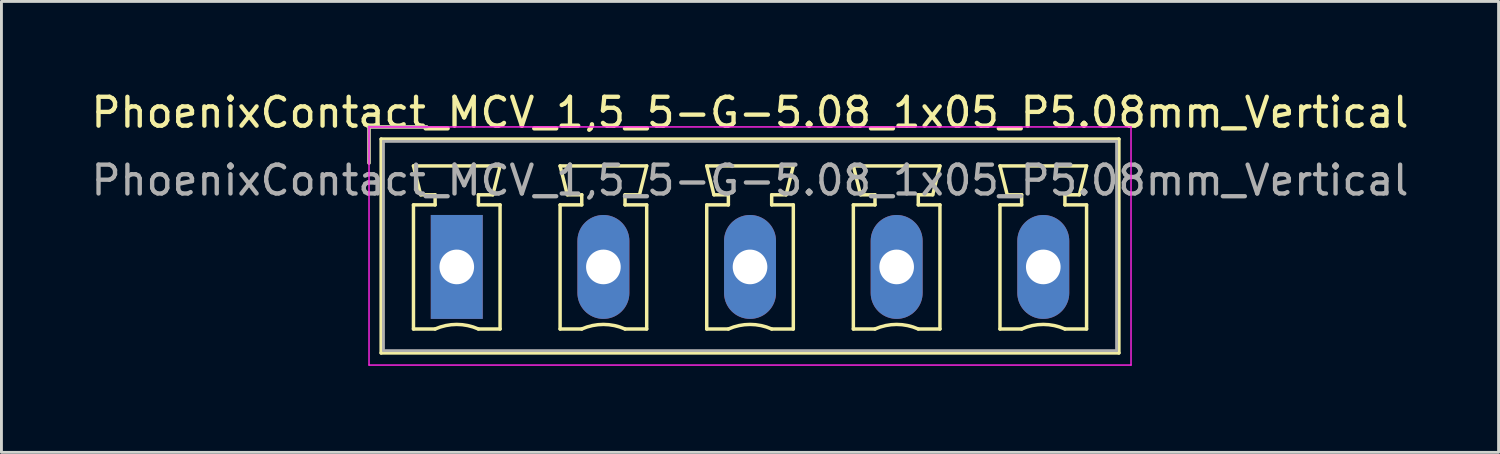
<source format=kicad_pcb>
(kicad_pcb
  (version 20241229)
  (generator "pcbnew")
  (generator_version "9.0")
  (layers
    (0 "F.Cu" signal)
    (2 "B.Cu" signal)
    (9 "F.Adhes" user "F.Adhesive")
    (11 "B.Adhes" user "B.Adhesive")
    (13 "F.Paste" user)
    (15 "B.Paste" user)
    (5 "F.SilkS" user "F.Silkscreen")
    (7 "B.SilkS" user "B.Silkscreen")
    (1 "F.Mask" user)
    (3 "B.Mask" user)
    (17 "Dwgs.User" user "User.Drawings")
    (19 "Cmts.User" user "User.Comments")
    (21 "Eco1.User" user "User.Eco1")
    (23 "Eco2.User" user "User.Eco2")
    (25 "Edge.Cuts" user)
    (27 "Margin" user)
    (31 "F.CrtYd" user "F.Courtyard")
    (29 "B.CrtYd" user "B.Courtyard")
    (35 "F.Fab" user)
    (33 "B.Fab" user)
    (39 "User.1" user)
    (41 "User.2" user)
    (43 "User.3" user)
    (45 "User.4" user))
  (footprint "PhoenixContact_MCV_1,5_5-G-5.08_1x05_P5.08mm_Vertical"
    (layer "F.Cu")
    (at 12.775 6.198)
    (property "Reference" "PhoenixContact_MCV_1,5_5-G-5.08_1x05_P5.08mm_Vertical" (at 10.16 -5.35 0) (layer "F.SilkS") (effects (font (size 1 1) (thickness 0.15))))
    (attr through_hole)
    (fp_line (start -3.04 -4.85) (end -1.04 -4.85) (stroke (width 0.12) (type solid)) (layer "F.SilkS"))
    (fp_line (start -3.04 -3.6) (end -3.04 -4.85) (stroke (width 0.12) (type solid)) (layer "F.SilkS"))
    (fp_line (start -2.62 -4.43) (end -2.62 2.98) (stroke (width 0.12) (type solid)) (layer "F.SilkS"))
    (fp_line (start -2.62 2.98) (end 22.94 2.98) (stroke (width 0.12) (type solid)) (layer "F.SilkS"))
    (fp_line (start -1.5 -3.5) (end 1.5 -3.5) (stroke (width 0.12) (type solid)) (layer "F.SilkS"))
    (fp_line (start -1.5 -2.15) (end -0.75 -2.15) (stroke (width 0.12) (type solid)) (layer "F.SilkS"))
    (fp_line (start -1.5 2.15) (end -1.5 -2.15) (stroke (width 0.12) (type solid)) (layer "F.SilkS"))
    (fp_line (start -1.25 -2.5) (end -1.5 -3.5) (stroke (width 0.12) (type solid)) (layer "F.SilkS"))
    (fp_line (start -0.75 -2.5) (end -1.25 -2.5) (stroke (width 0.12) (type solid)) (layer "F.SilkS"))
    (fp_line (start -0.75 -2.15) (end -0.75 -2.5) (stroke (width 0.12) (type solid)) (layer "F.SilkS"))
    (fp_line (start -0.75 2.15) (end -1.5 2.15) (stroke (width 0.12) (type solid)) (layer "F.SilkS"))
    (fp_line (start 0.75 -2.5) (end 0.75 -2.15) (stroke (width 0.12) (type solid)) (layer "F.SilkS"))
    (fp_line (start 0.75 -2.15) (end 1.5 -2.15) (stroke (width 0.12) (type solid)) (layer "F.SilkS"))
    (fp_line (start 1.25 -2.5) (end 0.75 -2.5) (stroke (width 0.12) (type solid)) (layer "F.SilkS"))
    (fp_line (start 1.5 -3.5) (end 1.25 -2.5) (stroke (width 0.12) (type solid)) (layer "F.SilkS"))
    (fp_line (start 1.5 -2.15) (end 1.5 2.15) (stroke (width 0.12) (type solid)) (layer "F.SilkS"))
    (fp_line (start 1.5 2.15) (end 0.75 2.15) (stroke (width 0.12) (type solid)) (layer "F.SilkS"))
    (fp_line (start 3.58 -3.5) (end 6.58 -3.5) (stroke (width 0.12) (type solid)) (layer "F.SilkS"))
    (fp_line (start 3.58 -2.15) (end 4.33 -2.15) (stroke (width 0.12) (type solid)) (layer "F.SilkS"))
    (fp_line (start 3.58 2.15) (end 3.58 -2.15) (stroke (width 0.12) (type solid)) (layer "F.SilkS"))
    (fp_line (start 3.83 -2.5) (end 3.58 -3.5) (stroke (width 0.12) (type solid)) (layer "F.SilkS"))
    (fp_line (start 4.33 -2.5) (end 3.83 -2.5) (stroke (width 0.12) (type solid)) (layer "F.SilkS"))
    (fp_line (start 4.33 -2.15) (end 4.33 -2.5) (stroke (width 0.12) (type solid)) (layer "F.SilkS"))
    (fp_line (start 4.33 2.15) (end 3.58 2.15) (stroke (width 0.12) (type solid)) (layer "F.SilkS"))
    (fp_line (start 5.83 -2.5) (end 5.83 -2.15) (stroke (width 0.12) (type solid)) (layer "F.SilkS"))
    (fp_line (start 5.83 -2.15) (end 6.58 -2.15) (stroke (width 0.12) (type solid)) (layer "F.SilkS"))
    (fp_line (start 6.33 -2.5) (end 5.83 -2.5) (stroke (width 0.12) (type solid)) (layer "F.SilkS"))
    (fp_line (start 6.58 -3.5) (end 6.33 -2.5) (stroke (width 0.12) (type solid)) (layer "F.SilkS"))
    (fp_line (start 6.58 -2.15) (end 6.58 2.15) (stroke (width 0.12) (type solid)) (layer "F.SilkS"))
    (fp_line (start 6.58 2.15) (end 5.83 2.15) (stroke (width 0.12) (type solid)) (layer "F.SilkS"))
    (fp_line (start 8.66 -3.5) (end 11.66 -3.5) (stroke (width 0.12) (type solid)) (layer "F.SilkS"))
    (fp_line (start 8.66 -2.15) (end 9.41 -2.15) (stroke (width 0.12) (type solid)) (layer "F.SilkS"))
    (fp_line (start 8.66 2.15) (end 8.66 -2.15) (stroke (width 0.12) (type solid)) (layer "F.SilkS"))
    (fp_line (start 8.91 -2.5) (end 8.66 -3.5) (stroke (width 0.12) (type solid)) (layer "F.SilkS"))
    (fp_line (start 9.41 -2.5) (end 8.91 -2.5) (stroke (width 0.12) (type solid)) (layer "F.SilkS"))
    (fp_line (start 9.41 -2.15) (end 9.41 -2.5) (stroke (width 0.12) (type solid)) (layer "F.SilkS"))
    (fp_line (start 9.41 2.15) (end 8.66 2.15) (stroke (width 0.12) (type solid)) (layer "F.SilkS"))
    (fp_line (start 10.91 -2.5) (end 10.91 -2.15) (stroke (width 0.12) (type solid)) (layer "F.SilkS"))
    (fp_line (start 10.91 -2.15) (end 11.66 -2.15) (stroke (width 0.12) (type solid)) (layer "F.SilkS"))
    (fp_line (start 11.41 -2.5) (end 10.91 -2.5) (stroke (width 0.12) (type solid)) (layer "F.SilkS"))
    (fp_line (start 11.66 -3.5) (end 11.41 -2.5) (stroke (width 0.12) (type solid)) (layer "F.SilkS"))
    (fp_line (start 11.66 -2.15) (end 11.66 2.15) (stroke (width 0.12) (type solid)) (layer "F.SilkS"))
    (fp_line (start 11.66 2.15) (end 10.91 2.15) (stroke (width 0.12) (type solid)) (layer "F.SilkS"))
    (fp_line (start 13.74 -3.5) (end 16.74 -3.5) (stroke (width 0.12) (type solid)) (layer "F.SilkS"))
    (fp_line (start 13.74 -2.15) (end 14.49 -2.15) (stroke (width 0.12) (type solid)) (layer "F.SilkS"))
    (fp_line (start 13.74 2.15) (end 13.74 -2.15) (stroke (width 0.12) (type solid)) (layer "F.SilkS"))
    (fp_line (start 13.99 -2.5) (end 13.74 -3.5) (stroke (width 0.12) (type solid)) (layer "F.SilkS"))
    (fp_line (start 14.49 -2.5) (end 13.99 -2.5) (stroke (width 0.12) (type solid)) (layer "F.SilkS"))
    (fp_line (start 14.49 -2.15) (end 14.49 -2.5) (stroke (width 0.12) (type solid)) (layer "F.SilkS"))
    (fp_line (start 14.49 2.15) (end 13.74 2.15) (stroke (width 0.12) (type solid)) (layer "F.SilkS"))
    (fp_line (start 15.99 -2.5) (end 15.99 -2.15) (stroke (width 0.12) (type solid)) (layer "F.SilkS"))
    (fp_line (start 15.99 -2.15) (end 16.74 -2.15) (stroke (width 0.12) (type solid)) (layer "F.SilkS"))
    (fp_line (start 16.49 -2.5) (end 15.99 -2.5) (stroke (width 0.12) (type solid)) (layer "F.SilkS"))
    (fp_line (start 16.74 -3.5) (end 16.49 -2.5) (stroke (width 0.12) (type solid)) (layer "F.SilkS"))
    (fp_line (start 16.74 -2.15) (end 16.74 2.15) (stroke (width 0.12) (type solid)) (layer "F.SilkS"))
    (fp_line (start 16.74 2.15) (end 15.99 2.15) (stroke (width 0.12) (type solid)) (layer "F.SilkS"))
    (fp_line (start 18.82 -3.5) (end 21.82 -3.5) (stroke (width 0.12) (type solid)) (layer "F.SilkS"))
    (fp_line (start 18.82 -2.15) (end 19.57 -2.15) (stroke (width 0.12) (type solid)) (layer "F.SilkS"))
    (fp_line (start 18.82 2.15) (end 18.82 -2.15) (stroke (width 0.12) (type solid)) (layer "F.SilkS"))
    (fp_line (start 19.07 -2.5) (end 18.82 -3.5) (stroke (width 0.12) (type solid)) (layer "F.SilkS"))
    (fp_line (start 19.57 -2.5) (end 19.07 -2.5) (stroke (width 0.12) (type solid)) (layer "F.SilkS"))
    (fp_line (start 19.57 -2.15) (end 19.57 -2.5) (stroke (width 0.12) (type solid)) (layer "F.SilkS"))
    (fp_line (start 19.57 2.15) (end 18.82 2.15) (stroke (width 0.12) (type solid)) (layer "F.SilkS"))
    (fp_line (start 21.07 -2.5) (end 21.07 -2.15) (stroke (width 0.12) (type solid)) (layer "F.SilkS"))
    (fp_line (start 21.07 -2.15) (end 21.82 -2.15) (stroke (width 0.12) (type solid)) (layer "F.SilkS"))
    (fp_line (start 21.57 -2.5) (end 21.07 -2.5) (stroke (width 0.12) (type solid)) (layer "F.SilkS"))
    (fp_line (start 21.82 -3.5) (end 21.57 -2.5) (stroke (width 0.12) (type solid)) (layer "F.SilkS"))
    (fp_line (start 21.82 -2.15) (end 21.82 2.15) (stroke (width 0.12) (type solid)) (layer "F.SilkS"))
    (fp_line (start 21.82 2.15) (end 21.07 2.15) (stroke (width 0.12) (type solid)) (layer "F.SilkS"))
    (fp_line (start 22.94 -4.43) (end -2.62 -4.43) (stroke (width 0.12) (type solid)) (layer "F.SilkS"))
    (fp_line (start 22.94 2.98) (end 22.94 -4.43) (stroke (width 0.12) (type solid)) (layer "F.SilkS"))
    (fp_arc (start -0.75 2.15) (mid -0.000193 1.99191) (end 0.749647 2.149844) (stroke (width 0.12) (type solid)) (layer "F.SilkS"))
    (fp_arc (start 4.33 2.15) (mid 5.079807 1.99191) (end 5.829647 2.149844) (stroke (width 0.12) (type solid)) (layer "F.SilkS"))
    (fp_arc (start 9.41 2.15) (mid 10.159807 1.99191) (end 10.909647 2.149844) (stroke (width 0.12) (type solid)) (layer "F.SilkS"))
    (fp_arc (start 14.49 2.15) (mid 15.239807 1.99191) (end 15.989647 2.149844) (stroke (width 0.12) (type solid)) (layer "F.SilkS"))
    (fp_arc (start 19.57 2.15) (mid 20.319807 1.99191) (end 21.069647 2.149844) (stroke (width 0.12) (type solid)) (layer "F.SilkS"))
    (fp_line (start -3.04 -4.85) (end -3.04 3.4) (stroke (width 0.05) (type solid)) (layer "F.CrtYd"))
    (fp_line (start -3.04 3.4) (end 23.36 3.4) (stroke (width 0.05) (type solid)) (layer "F.CrtYd"))
    (fp_line (start 23.36 -4.85) (end -3.04 -4.85) (stroke (width 0.05) (type solid)) (layer "F.CrtYd"))
    (fp_line (start 23.36 3.4) (end 23.36 -4.85) (stroke (width 0.05) (type solid)) (layer "F.CrtYd"))
    (fp_line (start -3.04 -4.85) (end -1.04 -4.85) (stroke (width 0.1) (type solid)) (layer "F.Fab"))
    (fp_line (start -3.04 -3.6) (end -3.04 -4.85) (stroke (width 0.1) (type solid)) (layer "F.Fab"))
    (fp_line (start -2.54 -4.35) (end -2.54 2.9) (stroke (width 0.1) (type solid)) (layer "F.Fab"))
    (fp_line (start -2.54 2.9) (end 22.86 2.9) (stroke (width 0.1) (type solid)) (layer "F.Fab"))
    (fp_line (start 22.86 -4.35) (end -2.54 -4.35) (stroke (width 0.1) (type solid)) (layer "F.Fab"))
    (fp_line (start 22.86 2.9) (end 22.86 -4.35) (stroke (width 0.1) (type solid)) (layer "F.Fab"))
    (fp_text user "${REFERENCE}" (at 10.16 -3 0) (layer "F.Fab") (effects (font (size 1 1) (thickness 0.15))))
    (pad "1" thru_hole rect (at 0 0) (size 1.8 3.6) (drill 1.2) (layers "*.Cu" "*.Mask"))
    (pad "2" thru_hole oval (at 5.08 0) (size 1.8 3.6) (drill 1.2) (layers "*.Cu" "*.Mask"))
    (pad "3" thru_hole oval (at 10.16 0) (size 1.8 3.6) (drill 1.2) (layers "*.Cu" "*.Mask"))
    (pad "4" thru_hole oval (at 15.24 0) (size 1.8 3.6) (drill 1.2) (layers "*.Cu" "*.Mask"))
    (pad "5" thru_hole oval (at 20.32 0) (size 1.8 3.6) (drill 1.2) (layers "*.Cu" "*.Mask")))
  (gr_rect
    (start -3 -3)
    (end 48.869 12.623)
    (stroke (width 0.1) (type default))
    (fill no)
    (layer "Edge.Cuts")))
</source>
